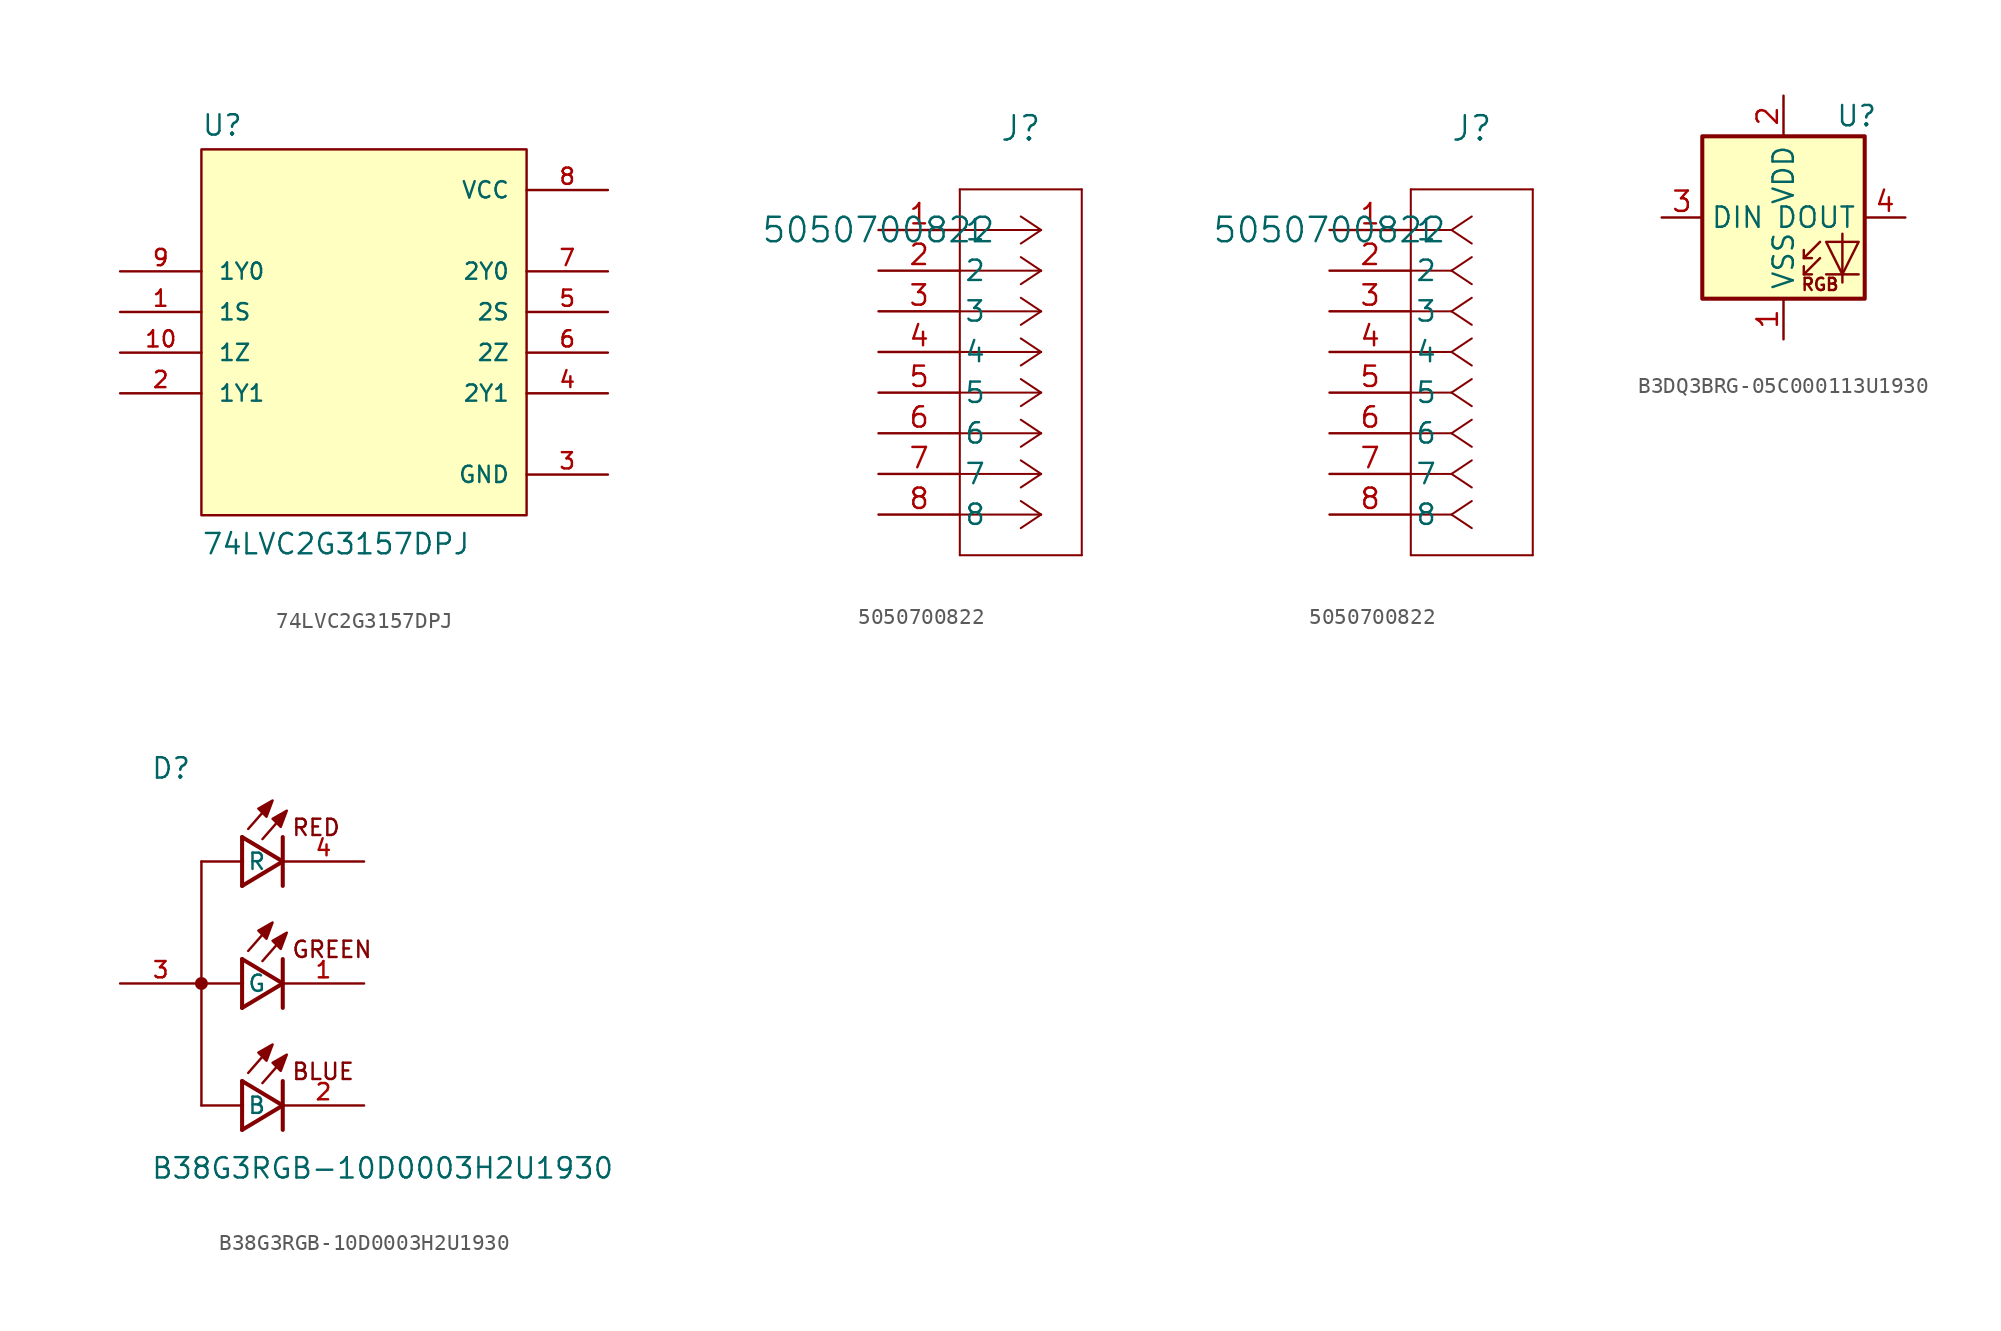
<source format=kicad_sym>
(kicad_symbol_lib
  (version 20231120)
  (generator "kicad_symbol_editor")
  (generator_version "8.0")
  (symbol "74LVC2G3157DPJ"
    (pin_names
      (offset 1.016))
    (property "Reference" "U"
      (at -10.16 10.922 0)
      (effects (font (size 1.27 1.27)) (justify left bottom)))
    (property "Value" "74LVC2G3157DPJ"
      (at -10.16 -15.24 0)
      (effects (font (size 1.27 1.27)) (justify left bottom)))
    (symbol "74LVC2G3157DPJ_0_0"
      (rectangle (start -10.16 -12.7) (end 10.16 10.16) (stroke (width 0.152) (type default)) (fill (type background)))
      (pin input line (at -15.24 0 0) (length 5.08) (name "1S" (effects (font (size 1.016 1.016)))) (number "1" (effects (font (size 1.016 1.016)))))
      (pin bidirectional line (at -15.24 -2.54 0) (length 5.08) (name "1Z" (effects (font (size 1.016 1.016)))) (number "10" (effects (font (size 1.016 1.016)))))
      (pin bidirectional line (at -15.24 -5.08 0) (length 5.08) (name "1Y1" (effects (font (size 1.016 1.016)))) (number "2" (effects (font (size 1.016 1.016)))))
      (pin power_in line (at 15.24 -10.16 180) (length 5.08) (name "GND" (effects (font (size 1.016 1.016)))) (number "3" (effects (font (size 1.016 1.016)))))
      (pin bidirectional line (at 15.24 -5.08 180) (length 5.08) (name "2Y1" (effects (font (size 1.016 1.016)))) (number "4" (effects (font (size 1.016 1.016)))))
      (pin input line (at 15.24 0 180) (length 5.08) (name "2S" (effects (font (size 1.016 1.016)))) (number "5" (effects (font (size 1.016 1.016)))))
      (pin bidirectional line (at 15.24 -2.54 180) (length 5.08) (name "2Z" (effects (font (size 1.016 1.016)))) (number "6" (effects (font (size 1.016 1.016)))))
      (pin bidirectional line (at 15.24 2.54 180) (length 5.08) (name "2Y0" (effects (font (size 1.016 1.016)))) (number "7" (effects (font (size 1.016 1.016)))))
      (pin power_in line (at 15.24 7.62 180) (length 5.08) (name "VCC" (effects (font (size 1.016 1.016)))) (number "8" (effects (font (size 1.016 1.016)))))
      (pin bidirectional line (at -15.24 2.54 0) (length 5.08) (name "1Y0" (effects (font (size 1.016 1.016)))) (number "9" (effects (font (size 1.016 1.016)))))))
  (symbol "5050700822"
    (pin_names
      (offset 0.254))
    (property "Reference" "J"
      (at 8.89 6.35 0)
      (effects (font (size 1.524 1.524))))
    (property "Value" "5050700822"
      (at 0 0 0)
      (effects (font (size 1.524 1.524))))
    (property "ki_locked" ""
      (at 0 0 0)
      (effects (font (size 1.27 1.27))))
    (symbol "5050700822_1_1"
      (polyline (pts (xy 5.08 -20.32) (xy 12.7 -20.32)) (stroke (width 0.127) (type default)) (fill (type none)))
      (polyline (pts (xy 5.08 2.54) (xy 5.08 -20.32)) (stroke (width 0.127) (type default)) (fill (type none)))
      (polyline (pts (xy 10.16 -17.78) (xy 5.08 -17.78)) (stroke (width 0.127) (type default)) (fill (type none)))
      (polyline (pts (xy 10.16 -17.78) (xy 8.89 -18.627)) (stroke (width 0.127) (type default)) (fill (type none)))
      (polyline (pts (xy 10.16 -17.78) (xy 8.89 -16.933)) (stroke (width 0.127) (type default)) (fill (type none)))
      (polyline (pts (xy 10.16 -15.24) (xy 5.08 -15.24)) (stroke (width 0.127) (type default)) (fill (type none)))
      (polyline (pts (xy 10.16 -15.24) (xy 8.89 -16.087)) (stroke (width 0.127) (type default)) (fill (type none)))
      (polyline (pts (xy 10.16 -15.24) (xy 8.89 -14.393)) (stroke (width 0.127) (type default)) (fill (type none)))
      (polyline (pts (xy 10.16 -12.7) (xy 5.08 -12.7)) (stroke (width 0.127) (type default)) (fill (type none)))
      (polyline (pts (xy 10.16 -12.7) (xy 8.89 -13.547)) (stroke (width 0.127) (type default)) (fill (type none)))
      (polyline (pts (xy 10.16 -12.7) (xy 8.89 -11.853)) (stroke (width 0.127) (type default)) (fill (type none)))
      (polyline (pts (xy 10.16 -10.16) (xy 5.08 -10.16)) (stroke (width 0.127) (type default)) (fill (type none)))
      (polyline (pts (xy 10.16 -10.16) (xy 8.89 -11.007)) (stroke (width 0.127) (type default)) (fill (type none)))
      (polyline (pts (xy 10.16 -10.16) (xy 8.89 -9.313)) (stroke (width 0.127) (type default)) (fill (type none)))
      (polyline (pts (xy 10.16 -7.62) (xy 5.08 -7.62)) (stroke (width 0.127) (type default)) (fill (type none)))
      (polyline (pts (xy 10.16 -7.62) (xy 8.89 -8.467)) (stroke (width 0.127) (type default)) (fill (type none)))
      (polyline (pts (xy 10.16 -7.62) (xy 8.89 -6.773)) (stroke (width 0.127) (type default)) (fill (type none)))
      (polyline (pts (xy 10.16 -5.08) (xy 5.08 -5.08)) (stroke (width 0.127) (type default)) (fill (type none)))
      (polyline (pts (xy 10.16 -5.08) (xy 8.89 -5.927)) (stroke (width 0.127) (type default)) (fill (type none)))
      (polyline (pts (xy 10.16 -5.08) (xy 8.89 -4.233)) (stroke (width 0.127) (type default)) (fill (type none)))
      (polyline (pts (xy 10.16 -2.54) (xy 5.08 -2.54)) (stroke (width 0.127) (type default)) (fill (type none)))
      (polyline (pts (xy 10.16 -2.54) (xy 8.89 -3.387)) (stroke (width 0.127) (type default)) (fill (type none)))
      (polyline (pts (xy 10.16 -2.54) (xy 8.89 -1.693)) (stroke (width 0.127) (type default)) (fill (type none)))
      (polyline (pts (xy 10.16 0) (xy 5.08 0)) (stroke (width 0.127) (type default)) (fill (type none)))
      (polyline (pts (xy 10.16 0) (xy 8.89 -0.847)) (stroke (width 0.127) (type default)) (fill (type none)))
      (polyline (pts (xy 10.16 0) (xy 8.89 0.847)) (stroke (width 0.127) (type default)) (fill (type none)))
      (polyline (pts (xy 12.7 -20.32) (xy 12.7 2.54)) (stroke (width 0.127) (type default)) (fill (type none)))
      (polyline (pts (xy 12.7 2.54) (xy 5.08 2.54)) (stroke (width 0.127) (type default)) (fill (type none)))
      (pin unspecified line (at 0 0 0) (length 5.08) (name "1" (effects (font (size 1.27 1.27)))) (number "1" (effects (font (size 1.27 1.27)))))
      (pin unspecified line (at 0 -2.54 0) (length 5.08) (name "2" (effects (font (size 1.27 1.27)))) (number "2" (effects (font (size 1.27 1.27)))))
      (pin unspecified line (at 0 -5.08 0) (length 5.08) (name "3" (effects (font (size 1.27 1.27)))) (number "3" (effects (font (size 1.27 1.27)))))
      (pin unspecified line (at 0 -7.62 0) (length 5.08) (name "4" (effects (font (size 1.27 1.27)))) (number "4" (effects (font (size 1.27 1.27)))))
      (pin unspecified line (at 0 -10.16 0) (length 5.08) (name "5" (effects (font (size 1.27 1.27)))) (number "5" (effects (font (size 1.27 1.27)))))
      (pin unspecified line (at 0 -12.7 0) (length 5.08) (name "6" (effects (font (size 1.27 1.27)))) (number "6" (effects (font (size 1.27 1.27)))))
      (pin unspecified line (at 0 -15.24 0) (length 5.08) (name "7" (effects (font (size 1.27 1.27)))) (number "7" (effects (font (size 1.27 1.27)))))
      (pin unspecified line (at 0 -17.78 0) (length 5.08) (name "8" (effects (font (size 1.27 1.27)))) (number "8" (effects (font (size 1.27 1.27))))))
    (symbol "5050700822_1_2"
      (polyline (pts (xy 5.08 -20.32) (xy 12.7 -20.32)) (stroke (width 0.127) (type default)) (fill (type none)))
      (polyline (pts (xy 5.08 2.54) (xy 5.08 -20.32)) (stroke (width 0.127) (type default)) (fill (type none)))
      (polyline (pts (xy 7.62 -17.78) (xy 5.08 -17.78)) (stroke (width 0.127) (type default)) (fill (type none)))
      (polyline (pts (xy 7.62 -17.78) (xy 8.89 -18.627)) (stroke (width 0.127) (type default)) (fill (type none)))
      (polyline (pts (xy 7.62 -17.78) (xy 8.89 -16.933)) (stroke (width 0.127) (type default)) (fill (type none)))
      (polyline (pts (xy 7.62 -15.24) (xy 5.08 -15.24)) (stroke (width 0.127) (type default)) (fill (type none)))
      (polyline (pts (xy 7.62 -15.24) (xy 8.89 -16.087)) (stroke (width 0.127) (type default)) (fill (type none)))
      (polyline (pts (xy 7.62 -15.24) (xy 8.89 -14.393)) (stroke (width 0.127) (type default)) (fill (type none)))
      (polyline (pts (xy 7.62 -12.7) (xy 5.08 -12.7)) (stroke (width 0.127) (type default)) (fill (type none)))
      (polyline (pts (xy 7.62 -12.7) (xy 8.89 -13.547)) (stroke (width 0.127) (type default)) (fill (type none)))
      (polyline (pts (xy 7.62 -12.7) (xy 8.89 -11.853)) (stroke (width 0.127) (type default)) (fill (type none)))
      (polyline (pts (xy 7.62 -10.16) (xy 5.08 -10.16)) (stroke (width 0.127) (type default)) (fill (type none)))
      (polyline (pts (xy 7.62 -10.16) (xy 8.89 -11.007)) (stroke (width 0.127) (type default)) (fill (type none)))
      (polyline (pts (xy 7.62 -10.16) (xy 8.89 -9.313)) (stroke (width 0.127) (type default)) (fill (type none)))
      (polyline (pts (xy 7.62 -7.62) (xy 5.08 -7.62)) (stroke (width 0.127) (type default)) (fill (type none)))
      (polyline (pts (xy 7.62 -7.62) (xy 8.89 -8.467)) (stroke (width 0.127) (type default)) (fill (type none)))
      (polyline (pts (xy 7.62 -7.62) (xy 8.89 -6.773)) (stroke (width 0.127) (type default)) (fill (type none)))
      (polyline (pts (xy 7.62 -5.08) (xy 5.08 -5.08)) (stroke (width 0.127) (type default)) (fill (type none)))
      (polyline (pts (xy 7.62 -5.08) (xy 8.89 -5.927)) (stroke (width 0.127) (type default)) (fill (type none)))
      (polyline (pts (xy 7.62 -5.08) (xy 8.89 -4.233)) (stroke (width 0.127) (type default)) (fill (type none)))
      (polyline (pts (xy 7.62 -2.54) (xy 5.08 -2.54)) (stroke (width 0.127) (type default)) (fill (type none)))
      (polyline (pts (xy 7.62 -2.54) (xy 8.89 -3.387)) (stroke (width 0.127) (type default)) (fill (type none)))
      (polyline (pts (xy 7.62 -2.54) (xy 8.89 -1.693)) (stroke (width 0.127) (type default)) (fill (type none)))
      (polyline (pts (xy 7.62 0) (xy 5.08 0)) (stroke (width 0.127) (type default)) (fill (type none)))
      (polyline (pts (xy 7.62 0) (xy 8.89 -0.847)) (stroke (width 0.127) (type default)) (fill (type none)))
      (polyline (pts (xy 7.62 0) (xy 8.89 0.847)) (stroke (width 0.127) (type default)) (fill (type none)))
      (polyline (pts (xy 12.7 -20.32) (xy 12.7 2.54)) (stroke (width 0.127) (type default)) (fill (type none)))
      (polyline (pts (xy 12.7 2.54) (xy 5.08 2.54)) (stroke (width 0.127) (type default)) (fill (type none)))
      (pin unspecified line (at 0 0 0) (length 5.08) (name "1" (effects (font (size 1.27 1.27)))) (number "1" (effects (font (size 1.27 1.27)))))
      (pin unspecified line (at 0 -2.54 0) (length 5.08) (name "2" (effects (font (size 1.27 1.27)))) (number "2" (effects (font (size 1.27 1.27)))))
      (pin unspecified line (at 0 -5.08 0) (length 5.08) (name "3" (effects (font (size 1.27 1.27)))) (number "3" (effects (font (size 1.27 1.27)))))
      (pin unspecified line (at 0 -7.62 0) (length 5.08) (name "4" (effects (font (size 1.27 1.27)))) (number "4" (effects (font (size 1.27 1.27)))))
      (pin unspecified line (at 0 -10.16 0) (length 5.08) (name "5" (effects (font (size 1.27 1.27)))) (number "5" (effects (font (size 1.27 1.27)))))
      (pin unspecified line (at 0 -12.7 0) (length 5.08) (name "6" (effects (font (size 1.27 1.27)))) (number "6" (effects (font (size 1.27 1.27)))))
      (pin unspecified line (at 0 -15.24 0) (length 5.08) (name "7" (effects (font (size 1.27 1.27)))) (number "7" (effects (font (size 1.27 1.27)))))
      (pin unspecified line (at 0 -17.78 0) (length 5.08) (name "8" (effects (font (size 1.27 1.27)))) (number "8" (effects (font (size 1.27 1.27)))))))
  (symbol "B3DQ3BRG-05C000113U1930"
    (property "Reference" "U"
      (at 4.572 6.35 0)
      (effects (font (size 1.27 1.27))))
    (property "Value" ""
      (at 0 0 0)
      (effects (font (size 1.27 1.27))))
    (symbol "B3DQ3BRG-05C000113U1930_0_0"
      (text "RGB" (at 2.286 -4.191 0) (effects (font (size 0.762 0.762)))))
    (symbol "B3DQ3BRG-05C000113U1930_0_1"
      (rectangle (start -5.08 5.08) (end 5.08 -5.08) (stroke (width 0.254) (type default)) (fill (type background)))
      (polyline (pts (xy 1.27 -3.556) (xy 1.778 -3.556)) (stroke (width 0) (type default)) (fill (type none)))
      (polyline (pts (xy 1.27 -2.54) (xy 1.778 -2.54)) (stroke (width 0) (type default)) (fill (type none)))
      (polyline (pts (xy 4.699 -3.556) (xy 2.667 -3.556)) (stroke (width 0) (type default)) (fill (type none)))
      (polyline (pts (xy 2.286 -2.54) (xy 1.27 -3.556) (xy 1.27 -3.048)) (stroke (width 0) (type default)) (fill (type none)))
      (polyline (pts (xy 2.286 -1.524) (xy 1.27 -2.54) (xy 1.27 -2.032)) (stroke (width 0) (type default)) (fill (type none)))
      (polyline (pts (xy 3.683 -1.016) (xy 3.683 -3.556) (xy 3.683 -4.064)) (stroke (width 0) (type default)) (fill (type none)))
      (polyline (pts (xy 4.699 -1.524) (xy 2.667 -1.524) (xy 3.683 -3.556) (xy 4.699 -1.524)) (stroke (width 0) (type default)) (fill (type none))))
    (symbol "B3DQ3BRG-05C000113U1930_1_1"
      (pin power_in line (at 0 -7.62 90) (length 2.54) (name "VSS" (effects (font (size 1.27 1.27)))) (number "1" (effects (font (size 1.27 1.27)))))
      (pin power_in line (at 0 7.62 270) (length 2.54) (name "VDD" (effects (font (size 1.27 1.27)))) (number "2" (effects (font (size 1.27 1.27)))))
      (pin input line (at -7.62 0 0) (length 2.54) (name "DIN" (effects (font (size 1.27 1.27)))) (number "3" (effects (font (size 1.27 1.27)))))
      (pin output line (at 7.62 0 180) (length 2.54) (name "DOUT" (effects (font (size 1.27 1.27)))) (number "4" (effects (font (size 1.27 1.27)))))))
  (symbol "B38G3RGB-10D0003H2U1930"
    (pin_names
      (offset 1.016))
    (property "Reference" "D"
      (at -5.715 12.7 0)
      (effects (font (size 1.27 1.27)) (justify left bottom)))
    (property "Value" "B38G3RGB-10D0003H2U1930"
      (at -5.715 -10.795 0)
      (effects (font (size 1.27 1.27)) (justify left top)))
    (symbol "B38G3RGB-10D0003H2U1930_0_0"
      (circle (center -2.54 0) (radius 0.203) (stroke (width 0.406) (type default)) (fill (type none)))
      (polyline (pts (xy -2.54 -7.62) (xy 0 -7.62)) (stroke (width 0.152) (type default)) (fill (type none)))
      (polyline (pts (xy -2.54 0) (xy -2.54 -7.62)) (stroke (width 0.152) (type default)) (fill (type none)))
      (polyline (pts (xy -2.54 7.62) (xy -2.54 0)) (stroke (width 0.152) (type default)) (fill (type none)))
      (polyline (pts (xy 0 -9.144) (xy 2.54 -7.62)) (stroke (width 0.254) (type default)) (fill (type none)))
      (polyline (pts (xy 0 -7.62) (xy 0 -9.144)) (stroke (width 0.254) (type default)) (fill (type none)))
      (polyline (pts (xy 0 -6.096) (xy 0 -7.62)) (stroke (width 0.254) (type default)) (fill (type none)))
      (polyline (pts (xy 0 -1.524) (xy 2.54 0)) (stroke (width 0.254) (type default)) (fill (type none)))
      (polyline (pts (xy 0 0) (xy -2.54 0)) (stroke (width 0.152) (type default)) (fill (type none)))
      (polyline (pts (xy 0 0) (xy 0 -1.524)) (stroke (width 0.254) (type default)) (fill (type none)))
      (polyline (pts (xy 0 1.524) (xy 0 0)) (stroke (width 0.254) (type default)) (fill (type none)))
      (polyline (pts (xy 0 6.096) (xy 2.54 7.62)) (stroke (width 0.254) (type default)) (fill (type none)))
      (polyline (pts (xy 0 7.62) (xy -2.54 7.62)) (stroke (width 0.152) (type default)) (fill (type none)))
      (polyline (pts (xy 0 7.62) (xy 0 6.096)) (stroke (width 0.254) (type default)) (fill (type none)))
      (polyline (pts (xy 0 9.144) (xy 0 7.62)) (stroke (width 0.254) (type default)) (fill (type none)))
      (polyline (pts (xy 1.27 -4.572) (xy 0.381 -5.588)) (stroke (width 0.152) (type default)) (fill (type none)))
      (polyline (pts (xy 1.27 3.048) (xy 0.381 2.032)) (stroke (width 0.152) (type default)) (fill (type none)))
      (polyline (pts (xy 1.27 10.668) (xy 0.381 9.652)) (stroke (width 0.152) (type default)) (fill (type none)))
      (polyline (pts (xy 2.159 -5.207) (xy 1.27 -6.223)) (stroke (width 0.152) (type default)) (fill (type none)))
      (polyline (pts (xy 2.159 2.413) (xy 1.27 1.397)) (stroke (width 0.152) (type default)) (fill (type none)))
      (polyline (pts (xy 2.159 10.033) (xy 1.27 9.017)) (stroke (width 0.152) (type default)) (fill (type none)))
      (polyline (pts (xy 2.54 -7.62) (xy 0 -6.096)) (stroke (width 0.254) (type default)) (fill (type none)))
      (polyline (pts (xy 2.54 -6.096) (xy 2.54 -9.144)) (stroke (width 0.254) (type default)) (fill (type none)))
      (polyline (pts (xy 2.54 0) (xy 0 1.524)) (stroke (width 0.254) (type default)) (fill (type none)))
      (polyline (pts (xy 2.54 1.524) (xy 2.54 -1.524)) (stroke (width 0.254) (type default)) (fill (type none)))
      (polyline (pts (xy 2.54 7.62) (xy 0 9.144)) (stroke (width 0.254) (type default)) (fill (type none)))
      (polyline (pts (xy 2.54 9.144) (xy 2.54 6.096)) (stroke (width 0.254) (type default)) (fill (type none)))
      (polyline (pts (xy 1.016 -4.318) (xy 1.524 -4.826) (xy 1.905 -3.81) (xy 1.016 -4.318)) (stroke (width 0.152) (type default)) (fill (type outline)))
      (polyline (pts (xy 1.016 3.302) (xy 1.524 2.794) (xy 1.905 3.81) (xy 1.016 3.302)) (stroke (width 0.152) (type default)) (fill (type outline)))
      (polyline (pts (xy 1.016 10.922) (xy 1.524 10.414) (xy 1.905 11.43) (xy 1.016 10.922)) (stroke (width 0.152) (type default)) (fill (type outline)))
      (polyline (pts (xy 1.905 -4.953) (xy 2.413 -5.461) (xy 2.794 -4.445) (xy 1.905 -4.953)) (stroke (width 0.152) (type default)) (fill (type outline)))
      (polyline (pts (xy 1.905 2.667) (xy 2.413 2.159) (xy 2.794 3.175) (xy 1.905 2.667)) (stroke (width 0.152) (type default)) (fill (type outline)))
      (polyline (pts (xy 1.905 10.287) (xy 2.413 9.779) (xy 2.794 10.795) (xy 1.905 10.287)) (stroke (width 0.152) (type default)) (fill (type outline)))
      (text "BLUE" (at 3.048 -6.096 0) (effects (font (size 1.016 1.016)) (justify left bottom)))
      (text "GREEN" (at 3.048 1.524 0) (effects (font (size 1.016 1.016)) (justify left bottom)))
      (text "RED" (at 3.048 9.144 0) (effects (font (size 1.016 1.016)) (justify left bottom)))
      (pin passive line (at -7.62 0 0) (length 5.08) (name "~" (effects (font (size 1.016 1.016)))) (number "3" (effects (font (size 1.016 1.016))))))
    (symbol "B38G3RGB-10D0003H2U1930_1_0"
      (pin passive line (at 7.62 0 180) (length 5.08) (name "G" (effects (font (size 1.016 1.016)))) (number "1" (effects (font (size 1.016 1.016)))))
      (pin passive line (at 7.62 -7.62 180) (length 5.08) (name "B" (effects (font (size 1.016 1.016)))) (number "2" (effects (font (size 1.016 1.016)))))
      (pin passive line (at 7.62 7.62 180) (length 5.08) (name "R" (effects (font (size 1.016 1.016)))) (number "4" (effects (font (size 1.016 1.016))))))))
</source>
